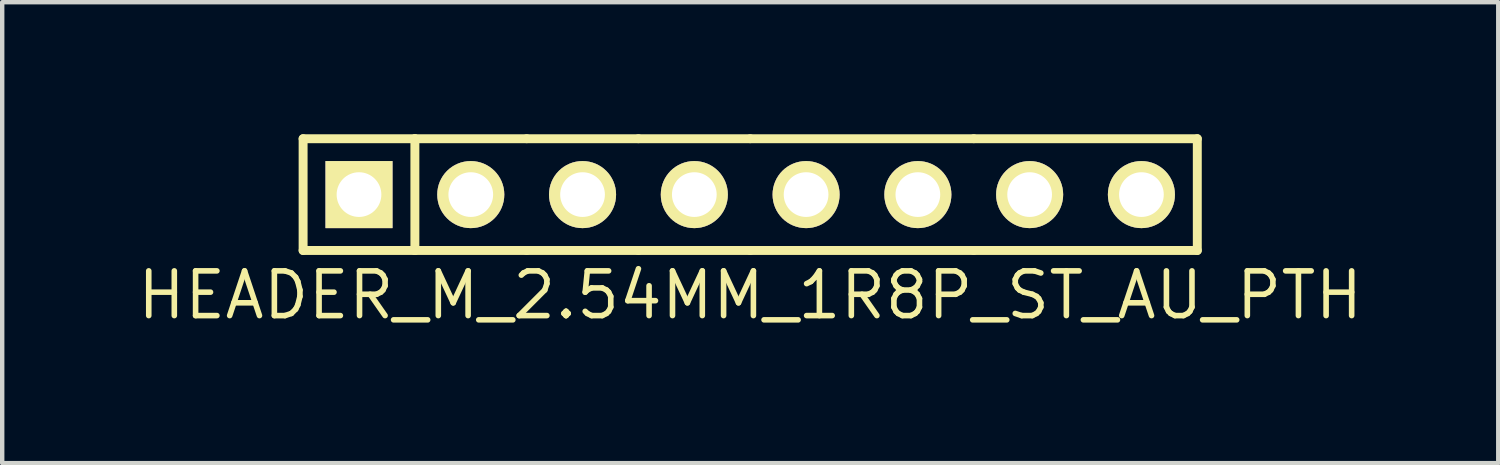
<source format=kicad_pcb>
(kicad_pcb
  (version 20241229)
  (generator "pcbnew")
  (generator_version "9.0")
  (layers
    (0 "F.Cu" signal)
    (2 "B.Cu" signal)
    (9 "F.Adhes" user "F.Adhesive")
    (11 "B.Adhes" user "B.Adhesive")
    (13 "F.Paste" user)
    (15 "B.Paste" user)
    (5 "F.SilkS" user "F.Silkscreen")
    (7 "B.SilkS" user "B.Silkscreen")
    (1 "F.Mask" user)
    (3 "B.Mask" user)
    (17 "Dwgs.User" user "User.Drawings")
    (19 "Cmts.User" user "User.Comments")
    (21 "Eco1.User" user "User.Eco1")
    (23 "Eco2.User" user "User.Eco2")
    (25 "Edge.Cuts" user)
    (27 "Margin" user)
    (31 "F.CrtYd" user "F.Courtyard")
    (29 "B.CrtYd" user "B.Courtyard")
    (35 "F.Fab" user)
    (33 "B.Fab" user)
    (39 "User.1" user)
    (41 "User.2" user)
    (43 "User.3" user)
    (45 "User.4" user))
  (footprint "HEADER_M_2.54MM_1R8P_ST_AU_PTH"
    (layer "F.Cu")
    (at 13.998 1.372)
    (property "Reference" "HEADER_M_2.54MM_1R8P_ST_AU_PTH" (at 0 2.286 0) (layer "F.SilkS") (effects (font (size 1.016 1.016) (thickness 0.127))))
    (attr through_hole)
    (fp_line (start -10.16 -1.27) (end -7.62 -1.27) (stroke (width 0.203) (type solid)) (layer "F.SilkS"))
    (fp_line (start -10.16 1.27) (end -10.16 -1.27) (stroke (width 0.203) (type solid)) (layer "F.SilkS"))
    (fp_line (start -10.16 1.27) (end -7.62 1.27) (stroke (width 0.203) (type solid)) (layer "F.SilkS"))
    (fp_line (start -7.62 -1.27) (end -7.62 1.27) (stroke (width 0.203) (type solid)) (layer "F.SilkS"))
    (fp_line (start -7.62 -1.27) (end -5.08 -1.27) (stroke (width 0.203) (type solid)) (layer "F.SilkS"))
    (fp_line (start -7.62 1.27) (end -5.08 1.27) (stroke (width 0.203) (type solid)) (layer "F.SilkS"))
    (fp_line (start -5.08 -1.27) (end -2.54 -1.27) (stroke (width 0.203) (type solid)) (layer "F.SilkS"))
    (fp_line (start -5.08 1.27) (end -2.54 1.27) (stroke (width 0.203) (type solid)) (layer "F.SilkS"))
    (fp_line (start -2.54 -1.27) (end 0 -1.27) (stroke (width 0.203) (type solid)) (layer "F.SilkS"))
    (fp_line (start -2.54 1.27) (end 0 1.27) (stroke (width 0.203) (type solid)) (layer "F.SilkS"))
    (fp_line (start 0 -1.27) (end 5.08 -1.27) (stroke (width 0.203) (type solid)) (layer "F.SilkS"))
    (fp_line (start 0 1.27) (end 5.08 1.27) (stroke (width 0.203) (type solid)) (layer "F.SilkS"))
    (fp_line (start 5.08 -1.27) (end 10.16 -1.27) (stroke (width 0.203) (type solid)) (layer "F.SilkS"))
    (fp_line (start 5.08 1.27) (end 10.16 1.27) (stroke (width 0.203) (type solid)) (layer "F.SilkS"))
    (fp_line (start 10.16 -1.27) (end 10.16 1.27) (stroke (width 0.203) (type solid)) (layer "F.SilkS"))
    (pad "1" thru_hole rect (at -8.89 0) (size 1.524 1.524) (drill 1.016) (layers "*.Cu" "*.Mask" "F.SilkS"))
    (pad "2" thru_hole circle (at -6.35 0) (size 1.524 1.524) (drill 1.016) (layers "*.Cu" "*.Mask" "F.SilkS"))
    (pad "3" thru_hole circle (at -3.81 0) (size 1.524 1.524) (drill 1.016) (layers "*.Cu" "*.Mask" "F.SilkS"))
    (pad "4" thru_hole circle (at -1.27 0) (size 1.524 1.524) (drill 1.016) (layers "*.Cu" "*.Mask" "F.SilkS"))
    (pad "5" thru_hole circle (at 1.27 0) (size 1.524 1.524) (drill 1.016) (layers "*.Cu" "*.Mask" "F.SilkS"))
    (pad "6" thru_hole circle (at 3.81 0) (size 1.524 1.524) (drill 1.016) (layers "*.Cu" "*.Mask" "F.SilkS"))
    (pad "7" thru_hole circle (at 6.35 0) (size 1.524 1.524) (drill 1.016) (layers "*.Cu" "*.Mask" "F.SilkS"))
    (pad "8" thru_hole circle (at 8.89 0) (size 1.524 1.524) (drill 1.016) (layers "*.Cu" "*.Mask" "F.SilkS")))
  (gr_rect
    (start -3 -3)
    (end 30.997 7.475)
    (stroke (width 0.1) (type default))
    (fill no)
    (layer "Edge.Cuts")))
</source>
